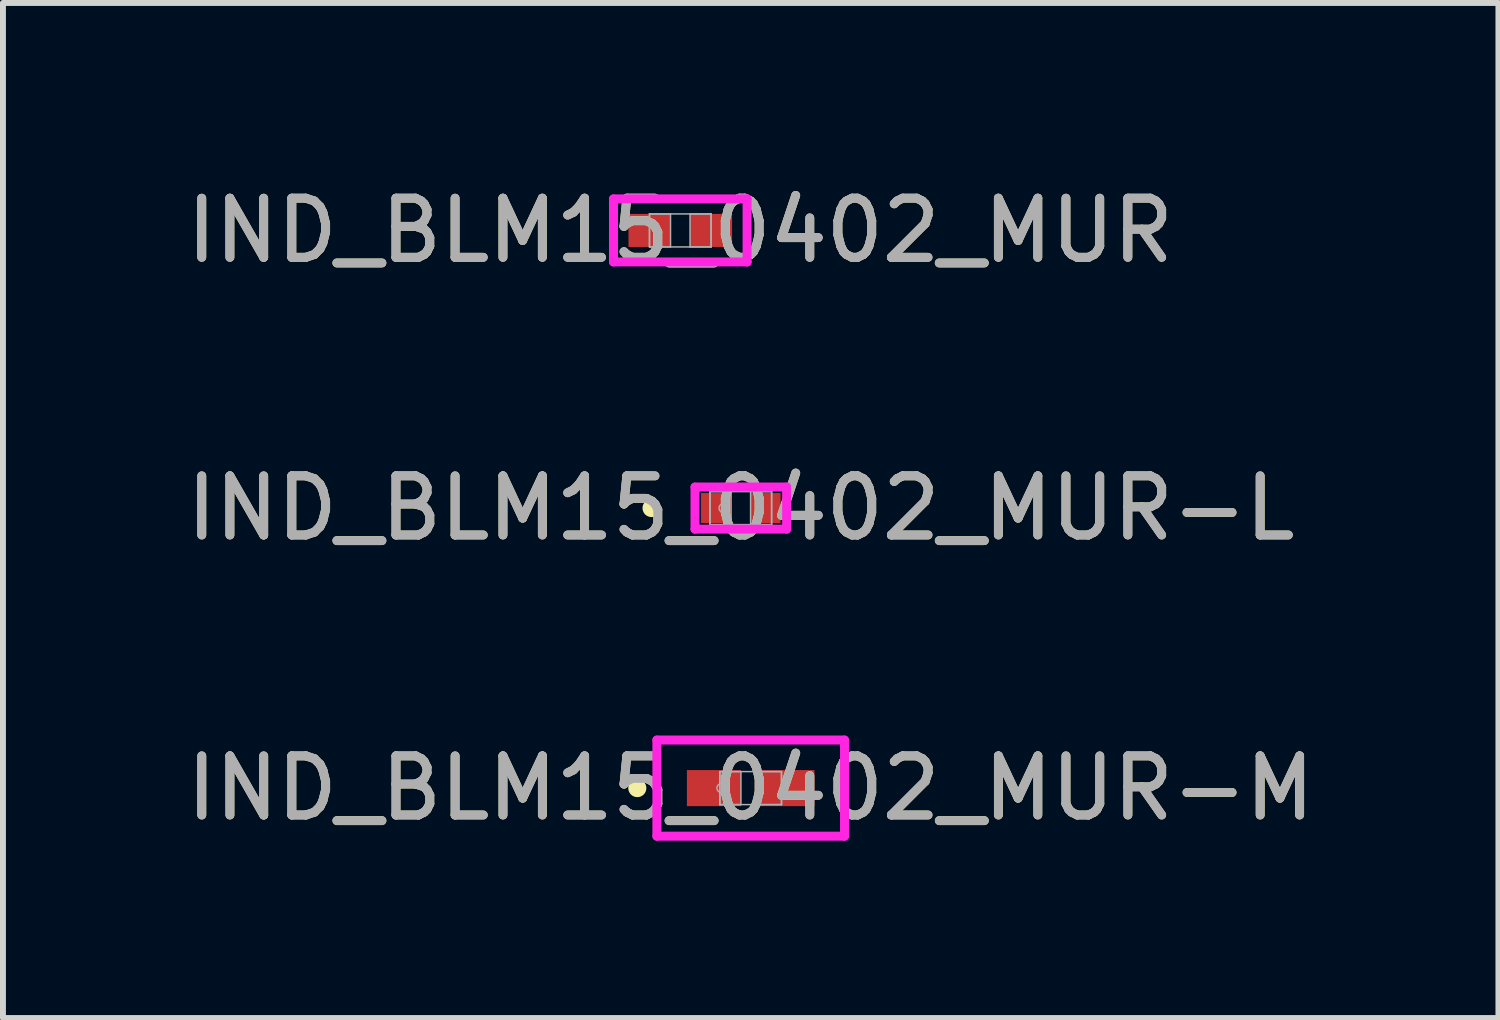
<source format=kicad_pcb>
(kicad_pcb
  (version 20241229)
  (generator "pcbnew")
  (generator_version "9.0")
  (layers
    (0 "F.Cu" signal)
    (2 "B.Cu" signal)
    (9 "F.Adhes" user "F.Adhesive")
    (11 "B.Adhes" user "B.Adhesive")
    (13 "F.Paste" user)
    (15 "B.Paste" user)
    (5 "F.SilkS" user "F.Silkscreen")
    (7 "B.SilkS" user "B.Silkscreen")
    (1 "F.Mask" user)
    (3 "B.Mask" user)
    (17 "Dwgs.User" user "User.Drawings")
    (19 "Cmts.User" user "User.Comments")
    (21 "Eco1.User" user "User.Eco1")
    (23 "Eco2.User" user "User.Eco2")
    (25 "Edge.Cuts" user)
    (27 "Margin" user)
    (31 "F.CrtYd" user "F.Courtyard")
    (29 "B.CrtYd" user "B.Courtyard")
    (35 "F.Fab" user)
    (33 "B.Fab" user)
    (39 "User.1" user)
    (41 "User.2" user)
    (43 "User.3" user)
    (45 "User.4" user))
  (footprint "IND_BLM15_0402_MUR"
    (layer "F.Cu")
    (at 8.458 0.848)
    (property "Reference" "IND_BLM15_0402_MUR" (at 0 0 0) (unlocked yes) (layer "F.SilkS") (effects (font (size 1 1) (thickness 0.15))))
    (attr smd)
    (fp_line (start -1.13 -0.533) (end 1.13 -0.533) (stroke (width 0.152) (type solid)) (layer "F.CrtYd"))
    (fp_line (start -1.13 0.533) (end -1.13 -0.533) (stroke (width 0.152) (type solid)) (layer "F.CrtYd"))
    (fp_line (start 1.13 -0.533) (end 1.13 0.533) (stroke (width 0.152) (type solid)) (layer "F.CrtYd"))
    (fp_line (start 1.13 0.533) (end -1.13 0.533) (stroke (width 0.152) (type solid)) (layer "F.CrtYd"))
    (fp_line (start -0.521 -0.279) (end -0.521 0.279) (stroke (width 0.025) (type solid)) (layer "F.Fab"))
    (fp_line (start -0.521 -0.279) (end -0.521 0.279) (stroke (width 0.025) (type solid)) (layer "F.Fab"))
    (fp_line (start -0.521 0.279) (end -0.165 0.279) (stroke (width 0.025) (type solid)) (layer "F.Fab"))
    (fp_line (start -0.521 0.279) (end 0.521 0.279) (stroke (width 0.025) (type solid)) (layer "F.Fab"))
    (fp_line (start -0.165 -0.279) (end -0.521 -0.279) (stroke (width 0.025) (type solid)) (layer "F.Fab"))
    (fp_line (start -0.165 0.279) (end -0.165 -0.279) (stroke (width 0.025) (type solid)) (layer "F.Fab"))
    (fp_line (start 0.165 -0.279) (end 0.165 0.279) (stroke (width 0.025) (type solid)) (layer "F.Fab"))
    (fp_line (start 0.165 0.279) (end 0.521 0.279) (stroke (width 0.025) (type solid)) (layer "F.Fab"))
    (fp_line (start 0.521 -0.279) (end -0.521 -0.279) (stroke (width 0.025) (type solid)) (layer "F.Fab"))
    (fp_line (start 0.521 -0.279) (end 0.165 -0.279) (stroke (width 0.025) (type solid)) (layer "F.Fab"))
    (fp_line (start 0.521 0.279) (end 0.521 -0.279) (stroke (width 0.025) (type solid)) (layer "F.Fab"))
    (fp_line (start 0.521 0.279) (end 0.521 -0.279) (stroke (width 0.025) (type solid)) (layer "F.Fab"))
    (fp_circle (center -0.394 0) (end -0.394 0) (stroke (width 0.025) (type solid)) (fill no) (layer "F.Fab"))
    (fp_text user "${REFERENCE}" (at 0 0 0) (unlocked yes) (layer "F.Fab") (effects (font (size 1 1) (thickness 0.15))))
    (pad "1" smd rect (at -0.521 0) (size 0.711 0.559) (layers "F.Cu" "F.Mask" "F.Paste"))
    (pad "2" smd rect (at 0.521 0) (size 0.711 0.559) (layers "F.Cu" "F.Mask" "F.Paste"))
    (zone (net_name "") (layer "F.Cu") (hatch full 0.508) (connect_pads) (min_thickness 0.254) (filled_areas_thickness no) (keepout (tracks not_allowed) (vias not_allowed) (pads allowed) (copperpour not_allowed) (footprints allowed)) (placement (enabled no)) (fill) (polygon (pts (xy 8.344 0.62) (xy 8.573 0.62) (xy 8.573 1.077) (xy 8.344 1.077)))))
  (footprint "IND_BLM15_0402_MUR-L"
    (layer "F.Cu")
    (at 9.482 5.545)
    (property "Reference" "IND_BLM15_0402_MUR-L" (at 0 0 0) (unlocked yes) (layer "F.SilkS") (effects (font (size 1 1) (thickness 0.15))))
    (attr smd)
    (fp_circle (center -1.511 0) (end -1.435 0) (stroke (width 0.152) (type solid)) (fill no) (layer "F.SilkS"))
    (fp_line (start -0.775 -0.356) (end 0.775 -0.356) (stroke (width 0.152) (type solid)) (layer "F.CrtYd"))
    (fp_line (start -0.775 0.356) (end -0.775 -0.356) (stroke (width 0.152) (type solid)) (layer "F.CrtYd"))
    (fp_line (start 0.775 -0.356) (end 0.775 0.356) (stroke (width 0.152) (type solid)) (layer "F.CrtYd"))
    (fp_line (start 0.775 0.356) (end -0.775 0.356) (stroke (width 0.152) (type solid)) (layer "F.CrtYd"))
    (fp_line (start -0.521 -0.279) (end -0.521 0.279) (stroke (width 0.025) (type solid)) (layer "F.Fab"))
    (fp_line (start -0.521 -0.279) (end -0.521 0.279) (stroke (width 0.025) (type solid)) (layer "F.Fab"))
    (fp_line (start -0.521 0.279) (end -0.165 0.279) (stroke (width 0.025) (type solid)) (layer "F.Fab"))
    (fp_line (start -0.521 0.279) (end 0.521 0.279) (stroke (width 0.025) (type solid)) (layer "F.Fab"))
    (fp_line (start -0.165 -0.279) (end -0.521 -0.279) (stroke (width 0.025) (type solid)) (layer "F.Fab"))
    (fp_line (start -0.165 0.279) (end -0.165 -0.279) (stroke (width 0.025) (type solid)) (layer "F.Fab"))
    (fp_line (start 0.165 -0.279) (end 0.165 0.279) (stroke (width 0.025) (type solid)) (layer "F.Fab"))
    (fp_line (start 0.165 0.279) (end 0.521 0.279) (stroke (width 0.025) (type solid)) (layer "F.Fab"))
    (fp_line (start 0.521 -0.279) (end -0.521 -0.279) (stroke (width 0.025) (type solid)) (layer "F.Fab"))
    (fp_line (start 0.521 -0.279) (end 0.165 -0.279) (stroke (width 0.025) (type solid)) (layer "F.Fab"))
    (fp_line (start 0.521 0.279) (end 0.521 -0.279) (stroke (width 0.025) (type solid)) (layer "F.Fab"))
    (fp_line (start 0.521 0.279) (end 0.521 -0.279) (stroke (width 0.025) (type solid)) (layer "F.Fab"))
    (fp_circle (center -0.292 0) (end -0.216 0) (stroke (width 0.025) (type solid)) (fill no) (layer "F.Fab"))
    (fp_text user "${REFERENCE}" (at 0 0 0) (unlocked yes) (layer "F.Fab") (effects (font (size 1 1) (thickness 0.15))))
    (pad "1" smd rect (at -0.419 0) (size 0.508 0.508) (layers "F.Cu" "F.Mask" "F.Paste"))
    (pad "2" smd rect (at 0.419 0) (size 0.508 0.508) (layers "F.Cu" "F.Mask" "F.Paste"))
    (zone (net_name "") (layer "F.Cu") (hatch full 0.508) (connect_pads) (min_thickness 0.254) (filled_areas_thickness no) (keepout (tracks not_allowed) (vias not_allowed) (pads allowed) (copperpour not_allowed) (footprints allowed)) (placement (enabled no)) (fill) (polygon (pts (xy 9.368 5.316) (xy 9.596 5.316) (xy 9.596 5.773) (xy 9.368 5.773)))))
  (footprint "IND_BLM15_0402_MUR-M"
    (layer "F.Cu")
    (at 9.649 10.282)
    (property "Reference" "IND_BLM15_0402_MUR-M" (at 0 0 0) (unlocked yes) (layer "F.SilkS") (effects (font (size 1 1) (thickness 0.15))))
    (attr smd)
    (fp_circle (center -1.918 0) (end -1.841 0) (stroke (width 0.152) (type solid)) (fill no) (layer "F.SilkS"))
    (fp_line (start -1.587 -0.813) (end 1.587 -0.813) (stroke (width 0.152) (type solid)) (layer "F.CrtYd"))
    (fp_line (start -1.587 0.813) (end -1.587 -0.813) (stroke (width 0.152) (type solid)) (layer "F.CrtYd"))
    (fp_line (start 1.587 -0.813) (end 1.587 0.813) (stroke (width 0.152) (type solid)) (layer "F.CrtYd"))
    (fp_line (start 1.587 0.813) (end -1.587 0.813) (stroke (width 0.152) (type solid)) (layer "F.CrtYd"))
    (fp_line (start -0.521 -0.279) (end -0.521 0.279) (stroke (width 0.025) (type solid)) (layer "F.Fab"))
    (fp_line (start -0.521 -0.279) (end -0.521 0.279) (stroke (width 0.025) (type solid)) (layer "F.Fab"))
    (fp_line (start -0.521 0.279) (end -0.165 0.279) (stroke (width 0.025) (type solid)) (layer "F.Fab"))
    (fp_line (start -0.521 0.279) (end 0.521 0.279) (stroke (width 0.025) (type solid)) (layer "F.Fab"))
    (fp_line (start -0.165 -0.279) (end -0.521 -0.279) (stroke (width 0.025) (type solid)) (layer "F.Fab"))
    (fp_line (start -0.165 0.279) (end -0.165 -0.279) (stroke (width 0.025) (type solid)) (layer "F.Fab"))
    (fp_line (start 0.165 -0.279) (end 0.165 0.279) (stroke (width 0.025) (type solid)) (layer "F.Fab"))
    (fp_line (start 0.165 0.279) (end 0.521 0.279) (stroke (width 0.025) (type solid)) (layer "F.Fab"))
    (fp_line (start 0.521 -0.279) (end -0.521 -0.279) (stroke (width 0.025) (type solid)) (layer "F.Fab"))
    (fp_line (start 0.521 -0.279) (end 0.165 -0.279) (stroke (width 0.025) (type solid)) (layer "F.Fab"))
    (fp_line (start 0.521 0.279) (end 0.521 -0.279) (stroke (width 0.025) (type solid)) (layer "F.Fab"))
    (fp_line (start 0.521 0.279) (end 0.521 -0.279) (stroke (width 0.025) (type solid)) (layer "F.Fab"))
    (fp_circle (center -0.495 0) (end -0.419 0) (stroke (width 0.025) (type solid)) (fill no) (layer "F.Fab"))
    (fp_text user "${REFERENCE}" (at 0 0 0) (unlocked yes) (layer "F.Fab") (effects (font (size 1 1) (thickness 0.15))))
    (pad "1" smd rect (at -0.622 0) (size 0.914 0.61) (layers "F.Cu" "F.Mask" "F.Paste"))
    (pad "2" smd rect (at 0.622 0) (size 0.914 0.61) (layers "F.Cu" "F.Mask" "F.Paste"))
    (zone (net_name "") (layer "F.Cu") (hatch full 0.508) (connect_pads) (min_thickness 0.254) (filled_areas_thickness no) (keepout (tracks not_allowed) (vias not_allowed) (pads allowed) (copperpour not_allowed) (footprints allowed)) (placement (enabled no)) (fill) (polygon (pts (xy 9.535 10.053) (xy 9.763 10.053) (xy 9.763 10.511) (xy 9.535 10.511)))))
  (gr_rect
    (start -3 -3)
    (end 22.298 14.171)
    (stroke (width 0.1) (type default))
    (fill no)
    (layer "Edge.Cuts")))
</source>
